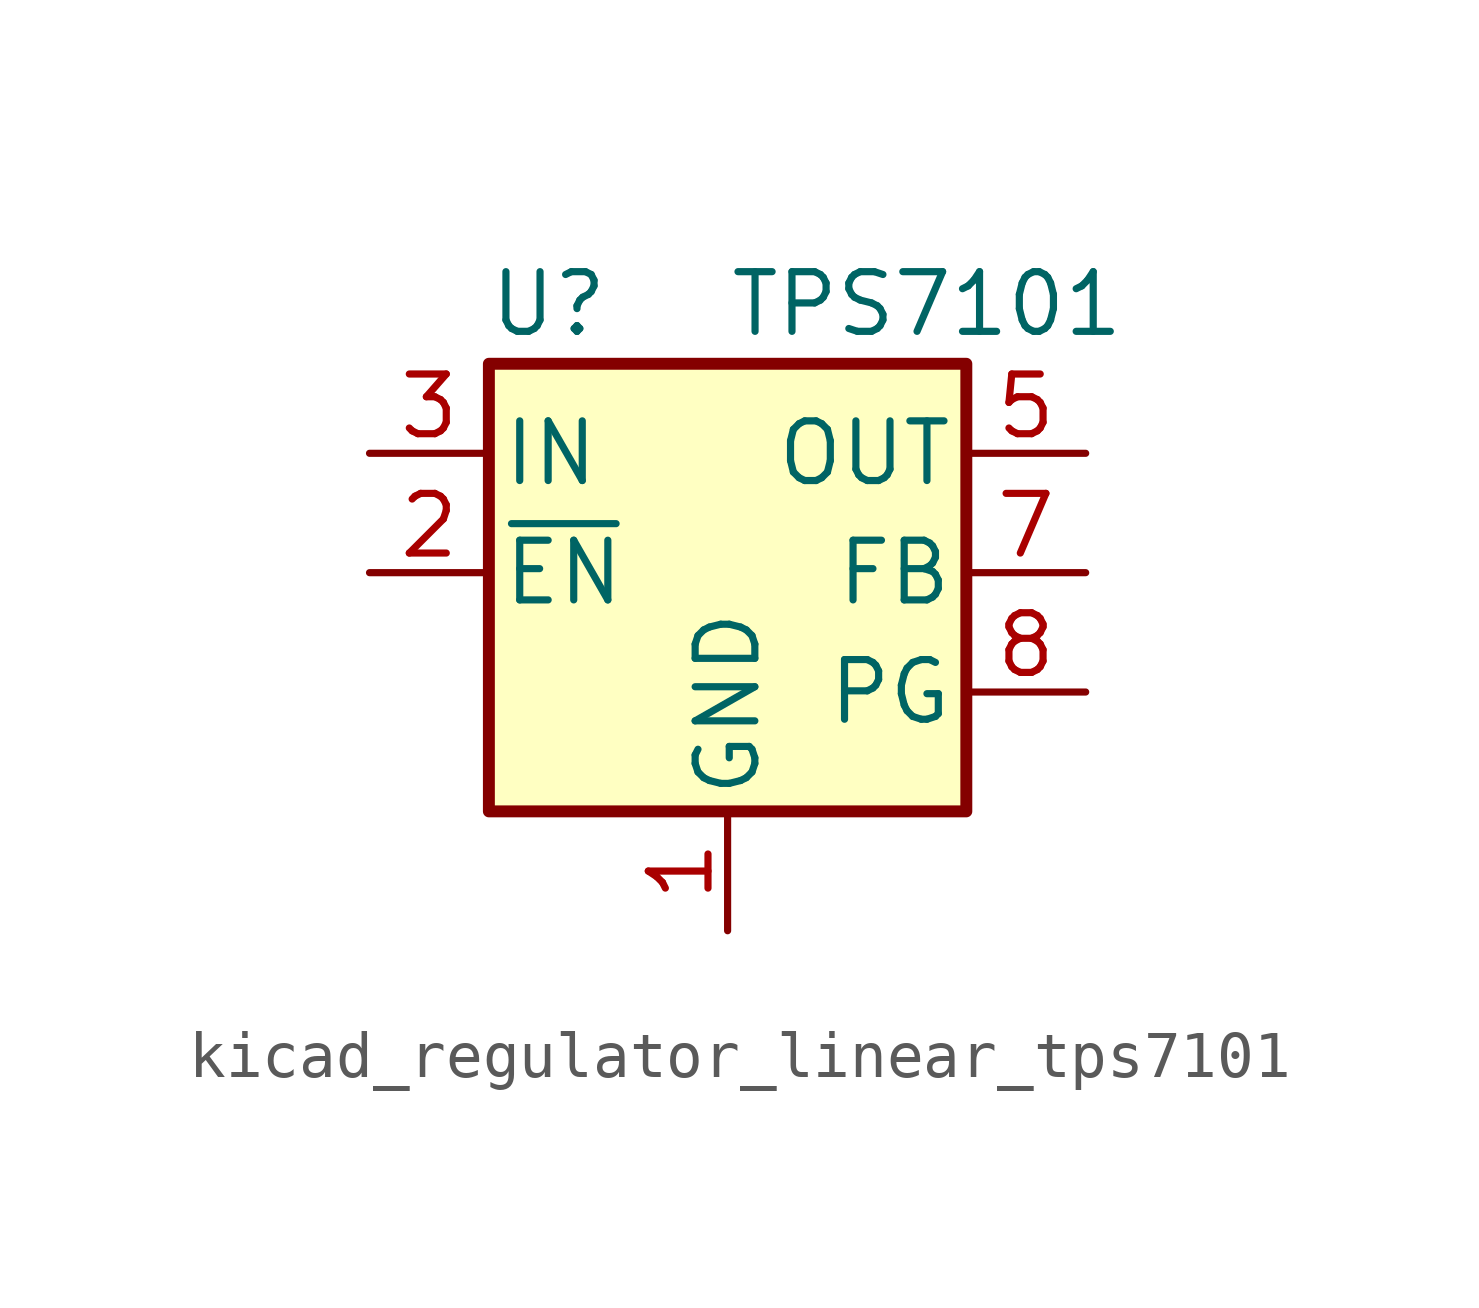
<source format=kicad_sym>
(kicad_symbol_lib
  (version 20220914)
  (generator kicad_symbol_editor)
  (symbol "kicad_regulator_linear_tps7101"
    (pin_names
      (offset 0.254))
    (property "Reference" "U"
      (at -3.81 5.715 0)
      (effects (font (size 1.27 1.27))))
    (property "Value" "TPS7101"
      (at 0 5.715 0)
      (effects (font (size 1.27 1.27)) (justify left)))
    (symbol "kicad_regulator_linear_tps7101_0_1"
      (rectangle (start -5.08 4.445) (end 5.08 -5.08) (stroke (width 0.254) (type default)) (fill (type background))))
    (symbol "kicad_regulator_linear_tps7101_1_1"
      (pin power_in line (at 0 -7.62 90) (length 2.54) (name "GND" (effects (font (size 1.27 1.27)))) (number "1" (effects (font (size 1.27 1.27)))))
      (pin input line (at -7.62 0 0) (length 2.54) (name "~{EN}" (effects (font (size 1.27 1.27)))) (number "2" (effects (font (size 1.27 1.27)))))
      (pin power_in line (at -7.62 2.54 0) (length 2.54) (name "IN" (effects (font (size 1.27 1.27)))) (number "3" (effects (font (size 1.27 1.27)))))
      (pin passive line (at -7.62 2.54 0) (length 2.54) hide (name "IN" (effects (font (size 1.27 1.27)))) (number "4" (effects (font (size 1.27 1.27)))))
      (pin power_out line (at 7.62 2.54 180) (length 2.54) (name "OUT" (effects (font (size 1.27 1.27)))) (number "5" (effects (font (size 1.27 1.27)))))
      (pin passive line (at 7.62 2.54 180) (length 2.54) hide (name "OUT" (effects (font (size 1.27 1.27)))) (number "6" (effects (font (size 1.27 1.27)))))
      (pin input line (at 7.62 0 180) (length 2.54) (name "FB" (effects (font (size 1.27 1.27)))) (number "7" (effects (font (size 1.27 1.27)))))
      (pin output line (at 7.62 -2.54 180) (length 2.54) (name "PG" (effects (font (size 1.27 1.27)))) (number "8" (effects (font (size 1.27 1.27))))))))
</source>
